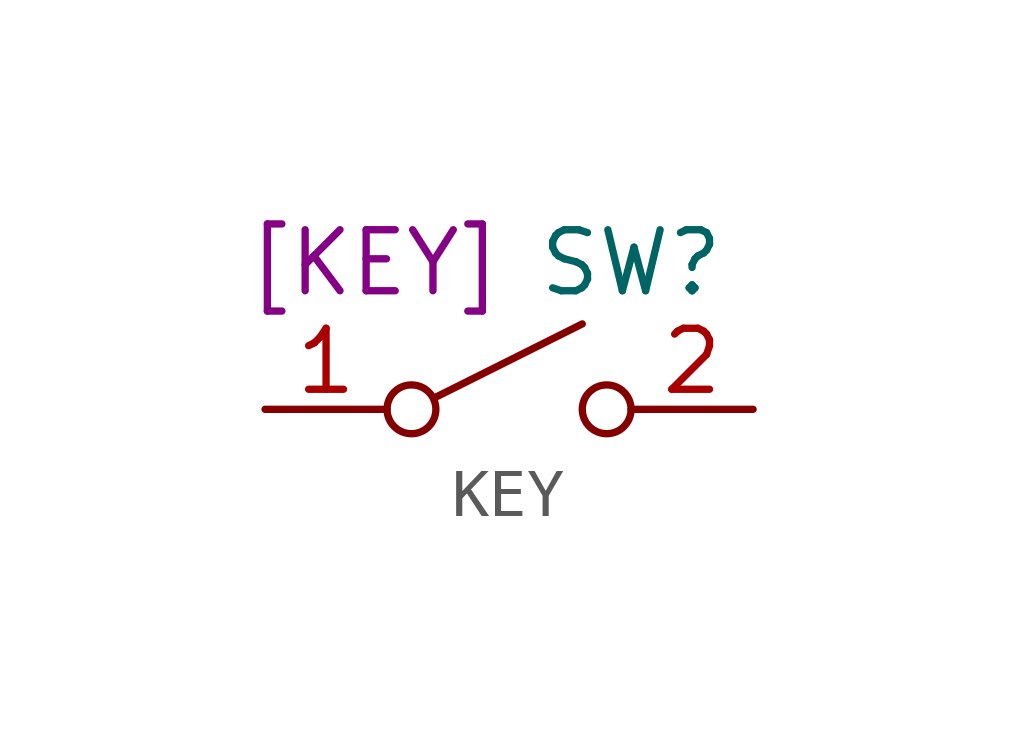
<source format=kicad_sym>
(kicad_symbol_lib
  (version 20231120)
  (generator "kicad_symbol_editor")
  (generator_version "8.0")
  (symbol "KEY"
    (pin_names
      (offset 0) hide)
    (property "Reference" "SW"
      (at 2.54 3.048 0)
      (effects (font (size 1.27 1.27))))
    (property "KEY" "[KEY]"
      (at -2.794 3.048 0)
      (effects (font (size 1.27 1.27))))
    (symbol "KEY_0_0"
      (circle (center -2.032 0) (radius 0.508) (stroke (width 0) (type default)) (fill (type none)))
      (polyline (pts (xy -1.524 0.254) (xy 1.524 1.778)) (stroke (width 0) (type default)) (fill (type none)))
      (circle (center 2.032 0) (radius 0.508) (stroke (width 0) (type default)) (fill (type none))))
    (symbol "KEY_1_1"
      (pin passive line (at -5.08 0 0) (length 2.54) (name "A" (effects (font (size 1.27 1.27)))) (number "1" (effects (font (size 1.27 1.27)))))
      (pin passive line (at 5.08 0 180) (length 2.54) (name "B" (effects (font (size 1.27 1.27)))) (number "2" (effects (font (size 1.27 1.27))))))))
</source>
